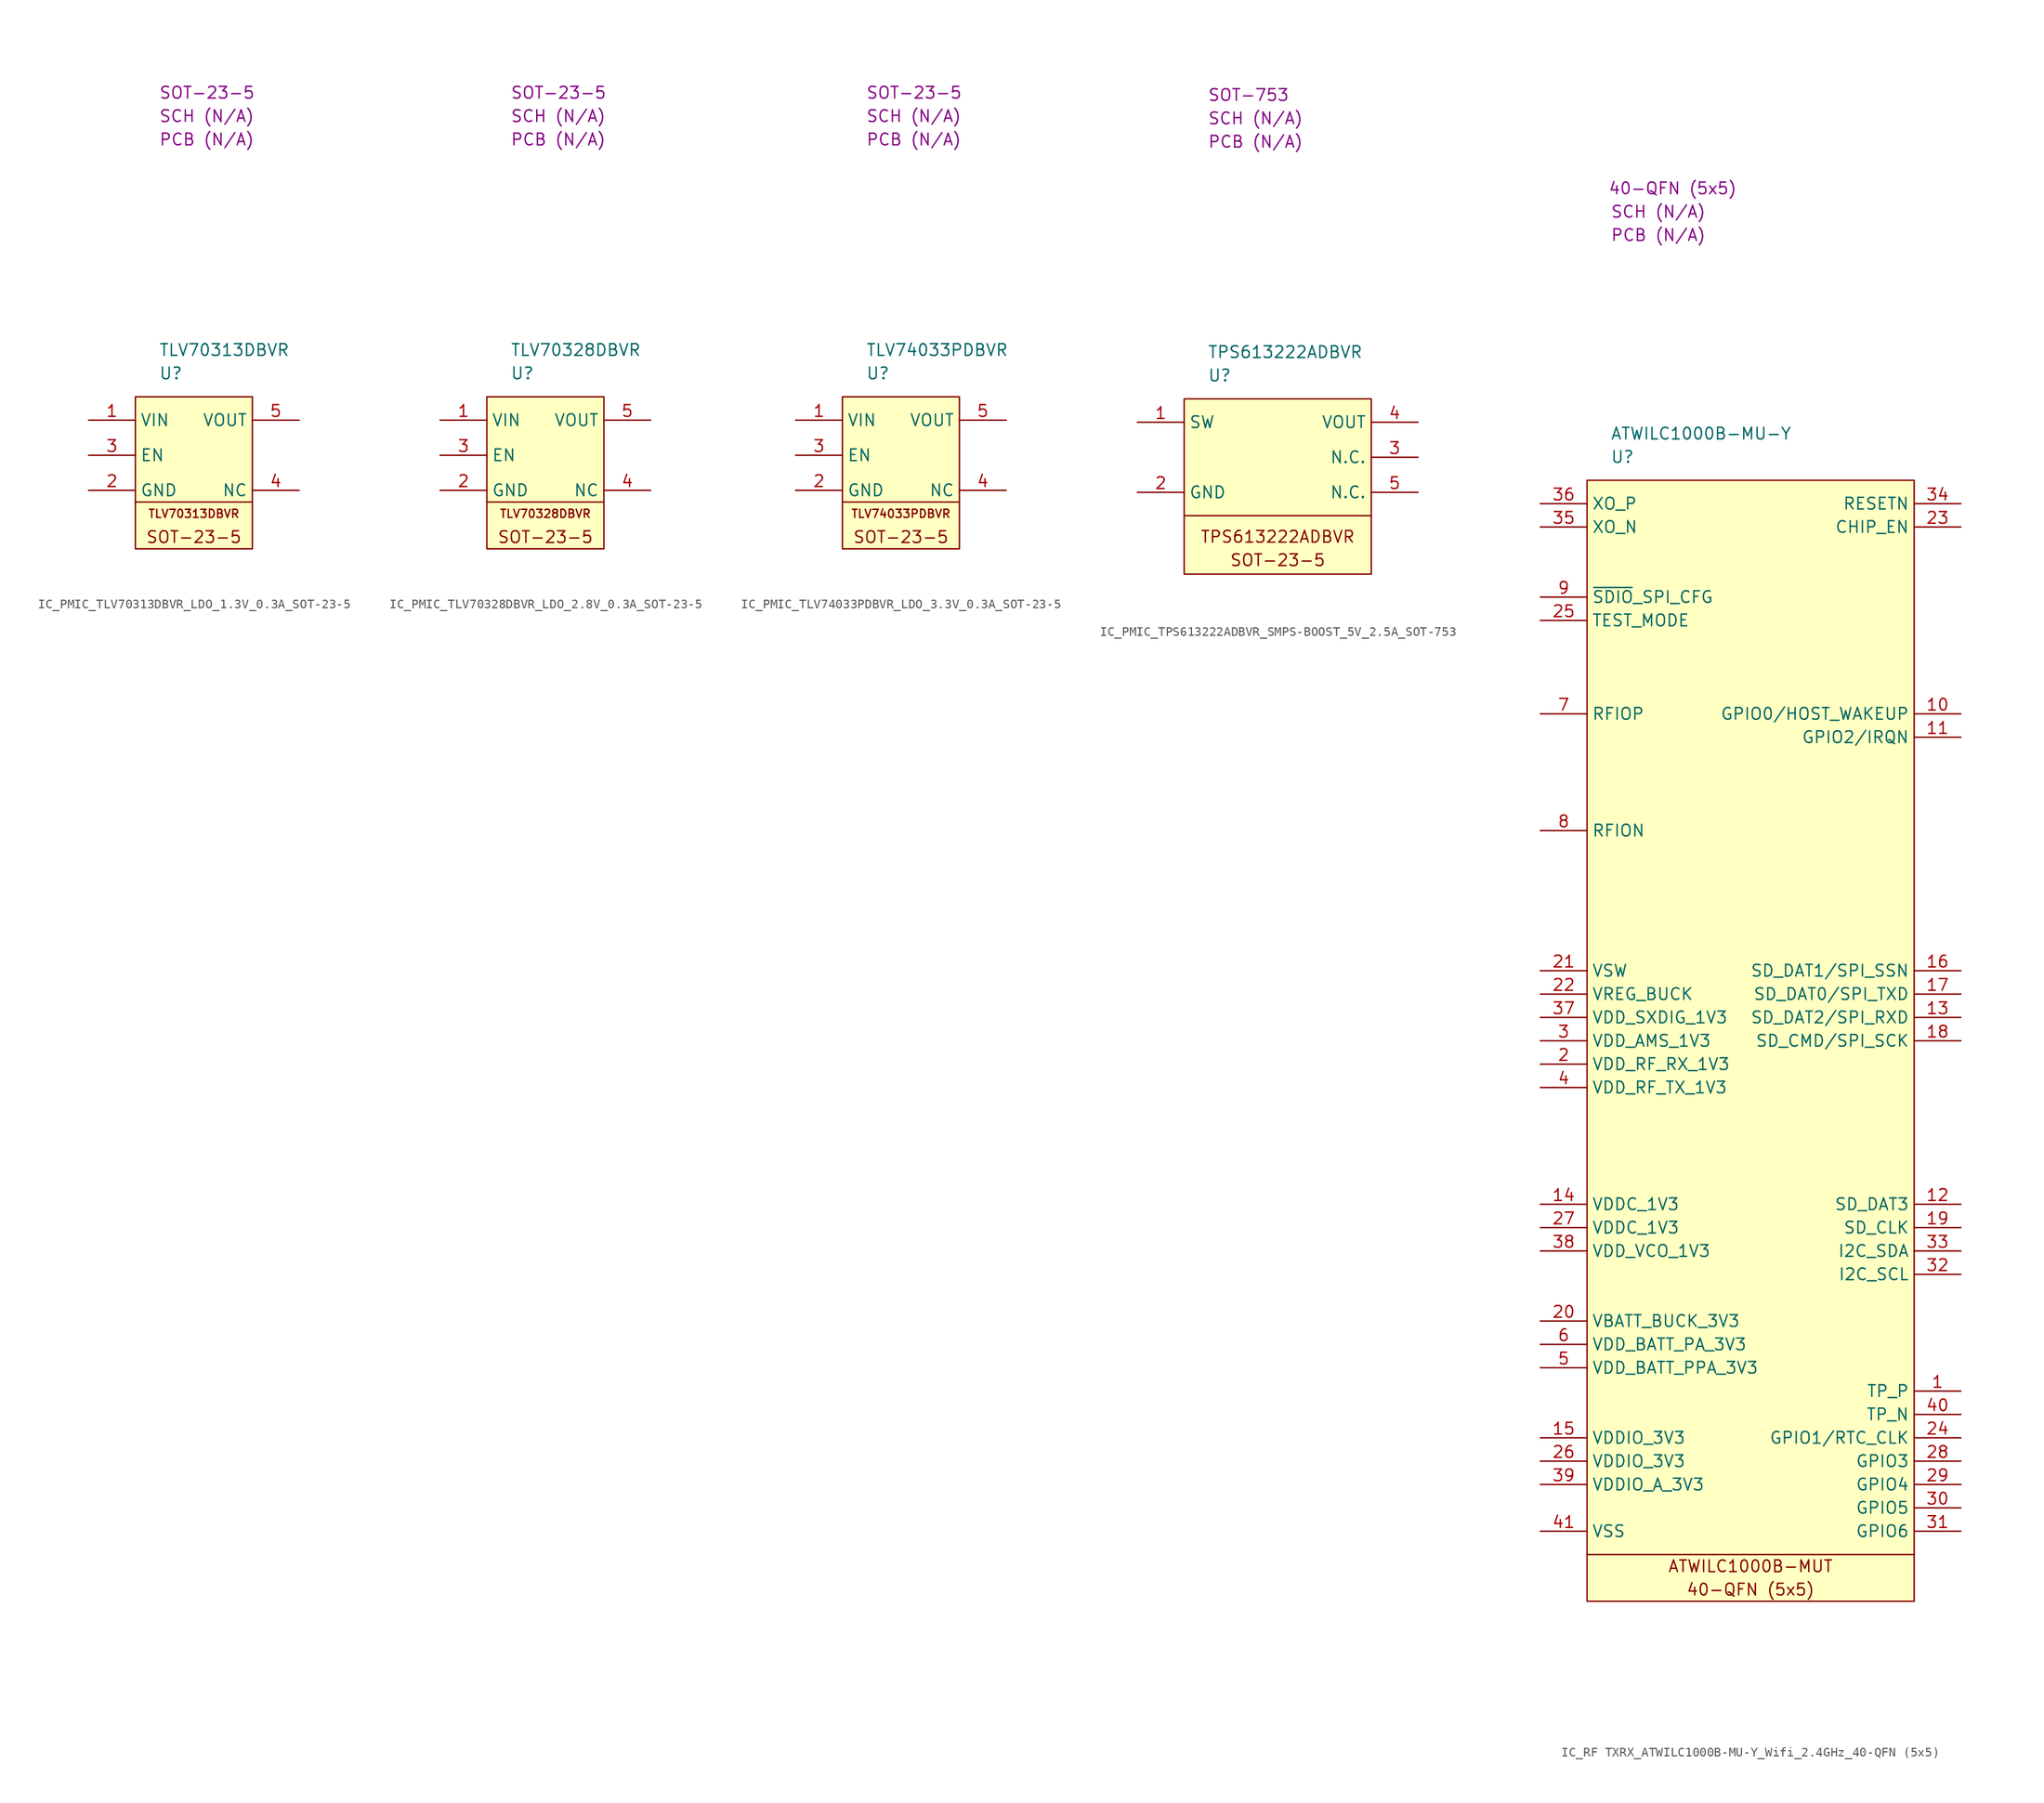
<source format=kicad_sym>
(kicad_symbol_lib
  (version 20231120)
  (generator "kicad_symbol_editor")
  (generator_version "8.0")
  (symbol "IC_PMIC_TLV70313DBVR_LDO_1.3V_0.3A_SOT-23-5"
    (property "Reference" "U"
      (at 2.54 2.54 0)
      (effects (font (size 1.27 1.27)) (justify left)))
    (property "Value" "TLV70313DBVR"
      (at 2.54 5.08 0)
      (effects (font (size 1.27 1.27)) (justify left)))
    (property "Package" "SOT-23-5"
      (at 2.54 33.02 0)
      (effects (font (size 1.27 1.27)) (justify left)))
    (property "SCH CHECK" "SCH (N/A)"
      (at 2.54 30.48 0)
      (effects (font (size 1.27 1.27)) (justify left)))
    (property "PCB CHECk" "PCB (N/A)"
      (at 2.54 27.94 0)
      (effects (font (size 1.27 1.27)) (justify left)))
    (symbol "IC_PMIC_TLV70313DBVR_LDO_1.3V_0.3A_SOT-23-5_0_0"
      (polyline (pts (xy 0 -11.43) (xy 12.7 -11.43)) (stroke (width 0) (type default)) (fill (type none)))
      (rectangle (start 0 0) (end 12.7 -16.51) (stroke (width 0) (type default)) (fill (type background)))
      (text "SOT-23-5" (at 6.35 -15.24 0) (effects (font (size 1.27 1.27)))))
    (symbol "IC_PMIC_TLV70313DBVR_LDO_1.3V_0.3A_SOT-23-5_1_0"
      (text "TLV70313DBVR" (at 6.35 -12.7 0) (effects (font (size 0.889 0.889)))))
    (symbol "IC_PMIC_TLV70313DBVR_LDO_1.3V_0.3A_SOT-23-5_1_1"
      (pin passive line (at -5.08 -2.54 0) (length 5.08) (name "VIN" (effects (font (size 1.27 1.27)))) (number "1" (effects (font (size 1.27 1.27)))))
      (pin passive line (at -5.08 -10.16 0) (length 5.08) (name "GND" (effects (font (size 1.27 1.27)))) (number "2" (effects (font (size 1.27 1.27)))))
      (pin passive line (at -5.08 -6.35 0) (length 5.08) (name "EN" (effects (font (size 1.27 1.27)))) (number "3" (effects (font (size 1.27 1.27)))))
      (pin passive line (at 17.78 -10.16 180) (length 5.08) (name "NC" (effects (font (size 1.27 1.27)))) (number "4" (effects (font (size 1.27 1.27)))))
      (pin passive line (at 17.78 -2.54 180) (length 5.08) (name "VOUT" (effects (font (size 1.27 1.27)))) (number "5" (effects (font (size 1.27 1.27)))))))
  (symbol "IC_PMIC_TLV70328DBVR_LDO_2.8V_0.3A_SOT-23-5"
    (property "Reference" "U"
      (at 2.54 2.54 0)
      (effects (font (size 1.27 1.27)) (justify left)))
    (property "Value" "TLV70328DBVR"
      (at 2.54 5.08 0)
      (effects (font (size 1.27 1.27)) (justify left)))
    (property "Package" "SOT-23-5"
      (at 2.54 33.02 0)
      (effects (font (size 1.27 1.27)) (justify left)))
    (property "SCH CHECK" "SCH (N/A)"
      (at 2.54 30.48 0)
      (effects (font (size 1.27 1.27)) (justify left)))
    (property "PCB CHECk" "PCB (N/A)"
      (at 2.54 27.94 0)
      (effects (font (size 1.27 1.27)) (justify left)))
    (symbol "IC_PMIC_TLV70328DBVR_LDO_2.8V_0.3A_SOT-23-5_0_0"
      (polyline (pts (xy 0 -11.43) (xy 12.7 -11.43)) (stroke (width 0) (type default)) (fill (type none)))
      (rectangle (start 0 0) (end 12.7 -16.51) (stroke (width 0) (type default)) (fill (type background)))
      (text "SOT-23-5" (at 6.35 -15.24 0) (effects (font (size 1.27 1.27)))))
    (symbol "IC_PMIC_TLV70328DBVR_LDO_2.8V_0.3A_SOT-23-5_1_0"
      (text "TLV70328DBVR" (at 6.35 -12.7 0) (effects (font (size 0.889 0.889)))))
    (symbol "IC_PMIC_TLV70328DBVR_LDO_2.8V_0.3A_SOT-23-5_1_1"
      (pin passive line (at -5.08 -2.54 0) (length 5.08) (name "VIN" (effects (font (size 1.27 1.27)))) (number "1" (effects (font (size 1.27 1.27)))))
      (pin passive line (at -5.08 -10.16 0) (length 5.08) (name "GND" (effects (font (size 1.27 1.27)))) (number "2" (effects (font (size 1.27 1.27)))))
      (pin passive line (at -5.08 -6.35 0) (length 5.08) (name "EN" (effects (font (size 1.27 1.27)))) (number "3" (effects (font (size 1.27 1.27)))))
      (pin passive line (at 17.78 -10.16 180) (length 5.08) (name "NC" (effects (font (size 1.27 1.27)))) (number "4" (effects (font (size 1.27 1.27)))))
      (pin passive line (at 17.78 -2.54 180) (length 5.08) (name "VOUT" (effects (font (size 1.27 1.27)))) (number "5" (effects (font (size 1.27 1.27)))))))
  (symbol "IC_PMIC_TLV74033PDBVR_LDO_3.3V_0.3A_SOT-23-5"
    (property "Reference" "U"
      (at 2.54 2.54 0)
      (effects (font (size 1.27 1.27)) (justify left)))
    (property "Value" "TLV74033PDBVR"
      (at 2.54 5.08 0)
      (effects (font (size 1.27 1.27)) (justify left)))
    (property "Package" "SOT-23-5"
      (at 2.54 33.02 0)
      (effects (font (size 1.27 1.27)) (justify left)))
    (property "SCH CHECK" "SCH (N/A)"
      (at 2.54 30.48 0)
      (effects (font (size 1.27 1.27)) (justify left)))
    (property "PCB CHECk" "PCB (N/A)"
      (at 2.54 27.94 0)
      (effects (font (size 1.27 1.27)) (justify left)))
    (symbol "IC_PMIC_TLV74033PDBVR_LDO_3.3V_0.3A_SOT-23-5_0_0"
      (polyline (pts (xy 0 -11.43) (xy 12.7 -11.43)) (stroke (width 0) (type default)) (fill (type none)))
      (rectangle (start 0 0) (end 12.7 -16.51) (stroke (width 0) (type default)) (fill (type background)))
      (text "SOT-23-5" (at 6.35 -15.24 0) (effects (font (size 1.27 1.27))))
      (text "TLV74033PDBVR" (at 6.35 -12.7 0) (effects (font (size 0.889 0.889)))))
    (symbol "IC_PMIC_TLV74033PDBVR_LDO_3.3V_0.3A_SOT-23-5_1_1"
      (pin passive line (at -5.08 -2.54 0) (length 5.08) (name "VIN" (effects (font (size 1.27 1.27)))) (number "1" (effects (font (size 1.27 1.27)))))
      (pin passive line (at -5.08 -10.16 0) (length 5.08) (name "GND" (effects (font (size 1.27 1.27)))) (number "2" (effects (font (size 1.27 1.27)))))
      (pin passive line (at -5.08 -6.35 0) (length 5.08) (name "EN" (effects (font (size 1.27 1.27)))) (number "3" (effects (font (size 1.27 1.27)))))
      (pin passive line (at 17.78 -10.16 180) (length 5.08) (name "NC" (effects (font (size 1.27 1.27)))) (number "4" (effects (font (size 1.27 1.27)))))
      (pin passive line (at 17.78 -2.54 180) (length 5.08) (name "VOUT" (effects (font (size 1.27 1.27)))) (number "5" (effects (font (size 1.27 1.27)))))))
  (symbol "IC_PMIC_TPS613222ADBVR_SMPS-BOOST_5V_2.5A_SOT-753"
    (property "Reference" "U"
      (at 2.54 2.54 0)
      (effects (font (size 1.27 1.27)) (justify left)))
    (property "Value" "TPS613222ADBVR"
      (at 2.54 5.08 0)
      (effects (font (size 1.27 1.27)) (justify left)))
    (property "Package" "SOT-753"
      (at 2.54 33.02 0)
      (effects (font (size 1.27 1.27)) (justify left)))
    (property "SCH CHECK" "SCH (N/A)"
      (at 2.54 30.48 0)
      (effects (font (size 1.27 1.27)) (justify left)))
    (property "PCB CHECk" "PCB (N/A)"
      (at 2.54 27.94 0)
      (effects (font (size 1.27 1.27)) (justify left)))
    (symbol "IC_PMIC_TPS613222ADBVR_SMPS-BOOST_5V_2.5A_SOT-753_0_0"
      (polyline (pts (xy 0 -12.7) (xy 20.32 -12.7)) (stroke (width 0) (type default)) (fill (type none)))
      (rectangle (start 0 0) (end 20.32 -19.05) (stroke (width 0) (type default)) (fill (type background)))
      (text "	\nSOT-23-5" (at 10.16 -16.51 0) (effects (font (size 1.27 1.27))))
      (text "	\nTPS613222ADBVR" (at 10.16 -13.97 0) (effects (font (size 1.27 1.27)))))
    (symbol "IC_PMIC_TPS613222ADBVR_SMPS-BOOST_5V_2.5A_SOT-753_1_1"
      (pin passive line (at -5.08 -2.54 0) (length 5.08) (name "SW" (effects (font (size 1.27 1.27)))) (number "1" (effects (font (size 1.27 1.27)))))
      (pin passive line (at -5.08 -10.16 0) (length 5.08) (name "GND" (effects (font (size 1.27 1.27)))) (number "2" (effects (font (size 1.27 1.27)))))
      (pin passive line (at 25.4 -6.35 180) (length 5.08) (name "N.C." (effects (font (size 1.27 1.27)))) (number "3" (effects (font (size 1.27 1.27)))))
      (pin passive line (at 25.4 -2.54 180) (length 5.08) (name "VOUT" (effects (font (size 1.27 1.27)))) (number "4" (effects (font (size 1.27 1.27)))))
      (pin passive line (at 25.4 -10.16 180) (length 5.08) (name "N.C." (effects (font (size 1.27 1.27)))) (number "5" (effects (font (size 1.27 1.27)))))))
  (symbol "IC_RF TXRX_ATWILC1000B-MU-Y_Wifi_2.4GHz_40-QFN (5x5)"
    (property "Reference" "U"
      (at 2.54 2.54 0)
      (effects (font (size 1.27 1.27)) (justify left)))
    (property "Value" "ATWILC1000B-MU-Y"
      (at 2.54 5.08 0)
      (effects (font (size 1.27 1.27)) (justify left)))
    (property "SCH CHECK" "SCH (N/A)"
      (at 2.54 29.21 0)
      (effects (font (size 1.27 1.27)) (justify left)))
    (property "Package" "40-QFN (5x5)"
      (at 2.286 31.75 0)
      (effects (font (size 1.27 1.27)) (justify left)))
    (property "PCB CHECk" "PCB (N/A)"
      (at 2.54 26.67 0)
      (effects (font (size 1.27 1.27)) (justify left)))
    (symbol "IC_RF TXRX_ATWILC1000B-MU-Y_Wifi_2.4GHz_40-QFN (5x5)_0_0"
      (text "40-QFN (5x5)" (at 17.78 -120.65 0) (effects (font (size 1.27 1.27))))
      (text "ATWILC1000B-MUT" (at 17.78 -118.11 0) (effects (font (size 1.27 1.27)))))
    (symbol "IC_RF TXRX_ATWILC1000B-MU-Y_Wifi_2.4GHz_40-QFN (5x5)_0_1"
      (polyline (pts (xy 0 -116.84) (xy 35.56 -116.84)) (stroke (width 0) (type default)) (fill (type none)))
      (rectangle (start 0 0) (end 35.56 -121.92) (stroke (width 0) (type default)) (fill (type background))))
    (symbol "IC_RF TXRX_ATWILC1000B-MU-Y_Wifi_2.4GHz_40-QFN (5x5)_1_1"
      (pin passive line (at 40.64 -99.06 180) (length 5.08) (name "TP_P" (effects (font (size 1.27 1.27)))) (number "1" (effects (font (size 1.27 1.27)))))
      (pin passive line (at 40.64 -25.4 180) (length 5.08) (name "GPIO0/HOST_WAKEUP" (effects (font (size 1.27 1.27)))) (number "10" (effects (font (size 1.27 1.27)))))
      (pin passive line (at 40.64 -27.94 180) (length 5.08) (name "GPIO2/IRQN" (effects (font (size 1.27 1.27)))) (number "11" (effects (font (size 1.27 1.27)))))
      (pin passive line (at 40.64 -78.74 180) (length 5.08) (name "SD_DAT3" (effects (font (size 1.27 1.27)))) (number "12" (effects (font (size 1.27 1.27)))))
      (pin passive line (at 40.64 -58.42 180) (length 5.08) (name "SD_DAT2/SPI_RXD" (effects (font (size 1.27 1.27)))) (number "13" (effects (font (size 1.27 1.27)))))
      (pin passive line (at -5.08 -78.74 0) (length 5.08) (name "VDDC_1V3" (effects (font (size 1.27 1.27)))) (number "14" (effects (font (size 1.27 1.27)))))
      (pin passive line (at -5.08 -104.14 0) (length 5.08) (name "VDDIO_3V3" (effects (font (size 1.27 1.27)))) (number "15" (effects (font (size 1.27 1.27)))))
      (pin passive line (at 40.64 -53.34 180) (length 5.08) (name "SD_DAT1/SPI_SSN" (effects (font (size 1.27 1.27)))) (number "16" (effects (font (size 1.27 1.27)))))
      (pin passive line (at 40.64 -55.88 180) (length 5.08) (name "SD_DAT0/SPI_TXD" (effects (font (size 1.27 1.27)))) (number "17" (effects (font (size 1.27 1.27)))))
      (pin passive line (at 40.64 -60.96 180) (length 5.08) (name "SD_CMD/SPI_SCK" (effects (font (size 1.27 1.27)))) (number "18" (effects (font (size 1.27 1.27)))))
      (pin passive line (at 40.64 -81.28 180) (length 5.08) (name "SD_CLK" (effects (font (size 1.27 1.27)))) (number "19" (effects (font (size 1.27 1.27)))))
      (pin passive line (at -5.08 -63.5 0) (length 5.08) (name "VDD_RF_RX_1V3" (effects (font (size 1.27 1.27)))) (number "2" (effects (font (size 1.27 1.27)))))
      (pin passive line (at -5.08 -91.44 0) (length 5.08) (name "VBATT_BUCK_3V3" (effects (font (size 1.27 1.27)))) (number "20" (effects (font (size 1.27 1.27)))))
      (pin passive line (at -5.08 -53.34 0) (length 5.08) (name "VSW" (effects (font (size 1.27 1.27)))) (number "21" (effects (font (size 1.27 1.27)))))
      (pin passive line (at -5.08 -55.88 0) (length 5.08) (name "VREG_BUCK" (effects (font (size 1.27 1.27)))) (number "22" (effects (font (size 1.27 1.27)))))
      (pin passive line (at 40.64 -5.08 180) (length 5.08) (name "CHIP_EN" (effects (font (size 1.27 1.27)))) (number "23" (effects (font (size 1.27 1.27)))))
      (pin passive line (at 40.64 -104.14 180) (length 5.08) (name "GPIO1/RTC_CLK" (effects (font (size 1.27 1.27)))) (number "24" (effects (font (size 1.27 1.27)))))
      (pin passive line (at -5.08 -15.24 0) (length 5.08) (name "TEST_MODE" (effects (font (size 1.27 1.27)))) (number "25" (effects (font (size 1.27 1.27)))))
      (pin passive line (at -5.08 -106.68 0) (length 5.08) (name "VDDIO_3V3" (effects (font (size 1.27 1.27)))) (number "26" (effects (font (size 1.27 1.27)))))
      (pin passive line (at -5.08 -81.28 0) (length 5.08) (name "VDDC_1V3" (effects (font (size 1.27 1.27)))) (number "27" (effects (font (size 1.27 1.27)))))
      (pin passive line (at 40.64 -106.68 180) (length 5.08) (name "GPIO3" (effects (font (size 1.27 1.27)))) (number "28" (effects (font (size 1.27 1.27)))))
      (pin passive line (at 40.64 -109.22 180) (length 5.08) (name "GPIO4" (effects (font (size 1.27 1.27)))) (number "29" (effects (font (size 1.27 1.27)))))
      (pin passive line (at -5.08 -60.96 0) (length 5.08) (name "VDD_AMS_1V3" (effects (font (size 1.27 1.27)))) (number "3" (effects (font (size 1.27 1.27)))))
      (pin passive line (at 40.64 -111.76 180) (length 5.08) (name "GPIO5" (effects (font (size 1.27 1.27)))) (number "30" (effects (font (size 1.27 1.27)))))
      (pin passive line (at 40.64 -114.3 180) (length 5.08) (name "GPIO6" (effects (font (size 1.27 1.27)))) (number "31" (effects (font (size 1.27 1.27)))))
      (pin passive line (at 40.64 -86.36 180) (length 5.08) (name "I2C_SCL" (effects (font (size 1.27 1.27)))) (number "32" (effects (font (size 1.27 1.27)))))
      (pin passive line (at 40.64 -83.82 180) (length 5.08) (name "I2C_SDA" (effects (font (size 1.27 1.27)))) (number "33" (effects (font (size 1.27 1.27)))))
      (pin passive line (at 40.64 -2.54 180) (length 5.08) (name "RESETN" (effects (font (size 1.27 1.27)))) (number "34" (effects (font (size 1.27 1.27)))))
      (pin passive line (at -5.08 -5.08 0) (length 5.08) (name "XO_N" (effects (font (size 1.27 1.27)))) (number "35" (effects (font (size 1.27 1.27)))))
      (pin passive line (at -5.08 -2.54 0) (length 5.08) (name "XO_P" (effects (font (size 1.27 1.27)))) (number "36" (effects (font (size 1.27 1.27)))))
      (pin passive line (at -5.08 -58.42 0) (length 5.08) (name "VDD_SXDIG_1V3" (effects (font (size 1.27 1.27)))) (number "37" (effects (font (size 1.27 1.27)))))
      (pin passive line (at -5.08 -83.82 0) (length 5.08) (name "VDD_VCO_1V3" (effects (font (size 1.27 1.27)))) (number "38" (effects (font (size 1.27 1.27)))))
      (pin passive line (at -5.08 -109.22 0) (length 5.08) (name "VDDIO_A_3V3" (effects (font (size 1.27 1.27)))) (number "39" (effects (font (size 1.27 1.27)))))
      (pin passive line (at -5.08 -66.04 0) (length 5.08) (name "VDD_RF_TX_1V3" (effects (font (size 1.27 1.27)))) (number "4" (effects (font (size 1.27 1.27)))))
      (pin passive line (at 40.64 -101.6 180) (length 5.08) (name "TP_N" (effects (font (size 1.27 1.27)))) (number "40" (effects (font (size 1.27 1.27)))))
      (pin passive line (at -5.08 -114.3 0) (length 5.08) (name "VSS" (effects (font (size 1.27 1.27)))) (number "41" (effects (font (size 1.27 1.27)))))
      (pin passive line (at -5.08 -96.52 0) (length 5.08) (name "VDD_BATT_PPA_3V3" (effects (font (size 1.27 1.27)))) (number "5" (effects (font (size 1.27 1.27)))))
      (pin passive line (at -5.08 -93.98 0) (length 5.08) (name "VDD_BATT_PA_3V3" (effects (font (size 1.27 1.27)))) (number "6" (effects (font (size 1.27 1.27)))))
      (pin passive line (at -5.08 -25.4 0) (length 5.08) (name "RFIOP" (effects (font (size 1.27 1.27)))) (number "7" (effects (font (size 1.27 1.27)))))
      (pin passive line (at -5.08 -38.1 0) (length 5.08) (name "RFION" (effects (font (size 1.27 1.27)))) (number "8" (effects (font (size 1.27 1.27)))))
      (pin passive line (at -5.08 -12.7 0) (length 5.08) (name "~{SDIO}_SPI_CFG" (effects (font (size 1.27 1.27)))) (number "9" (effects (font (size 1.27 1.27))))))))
</source>
